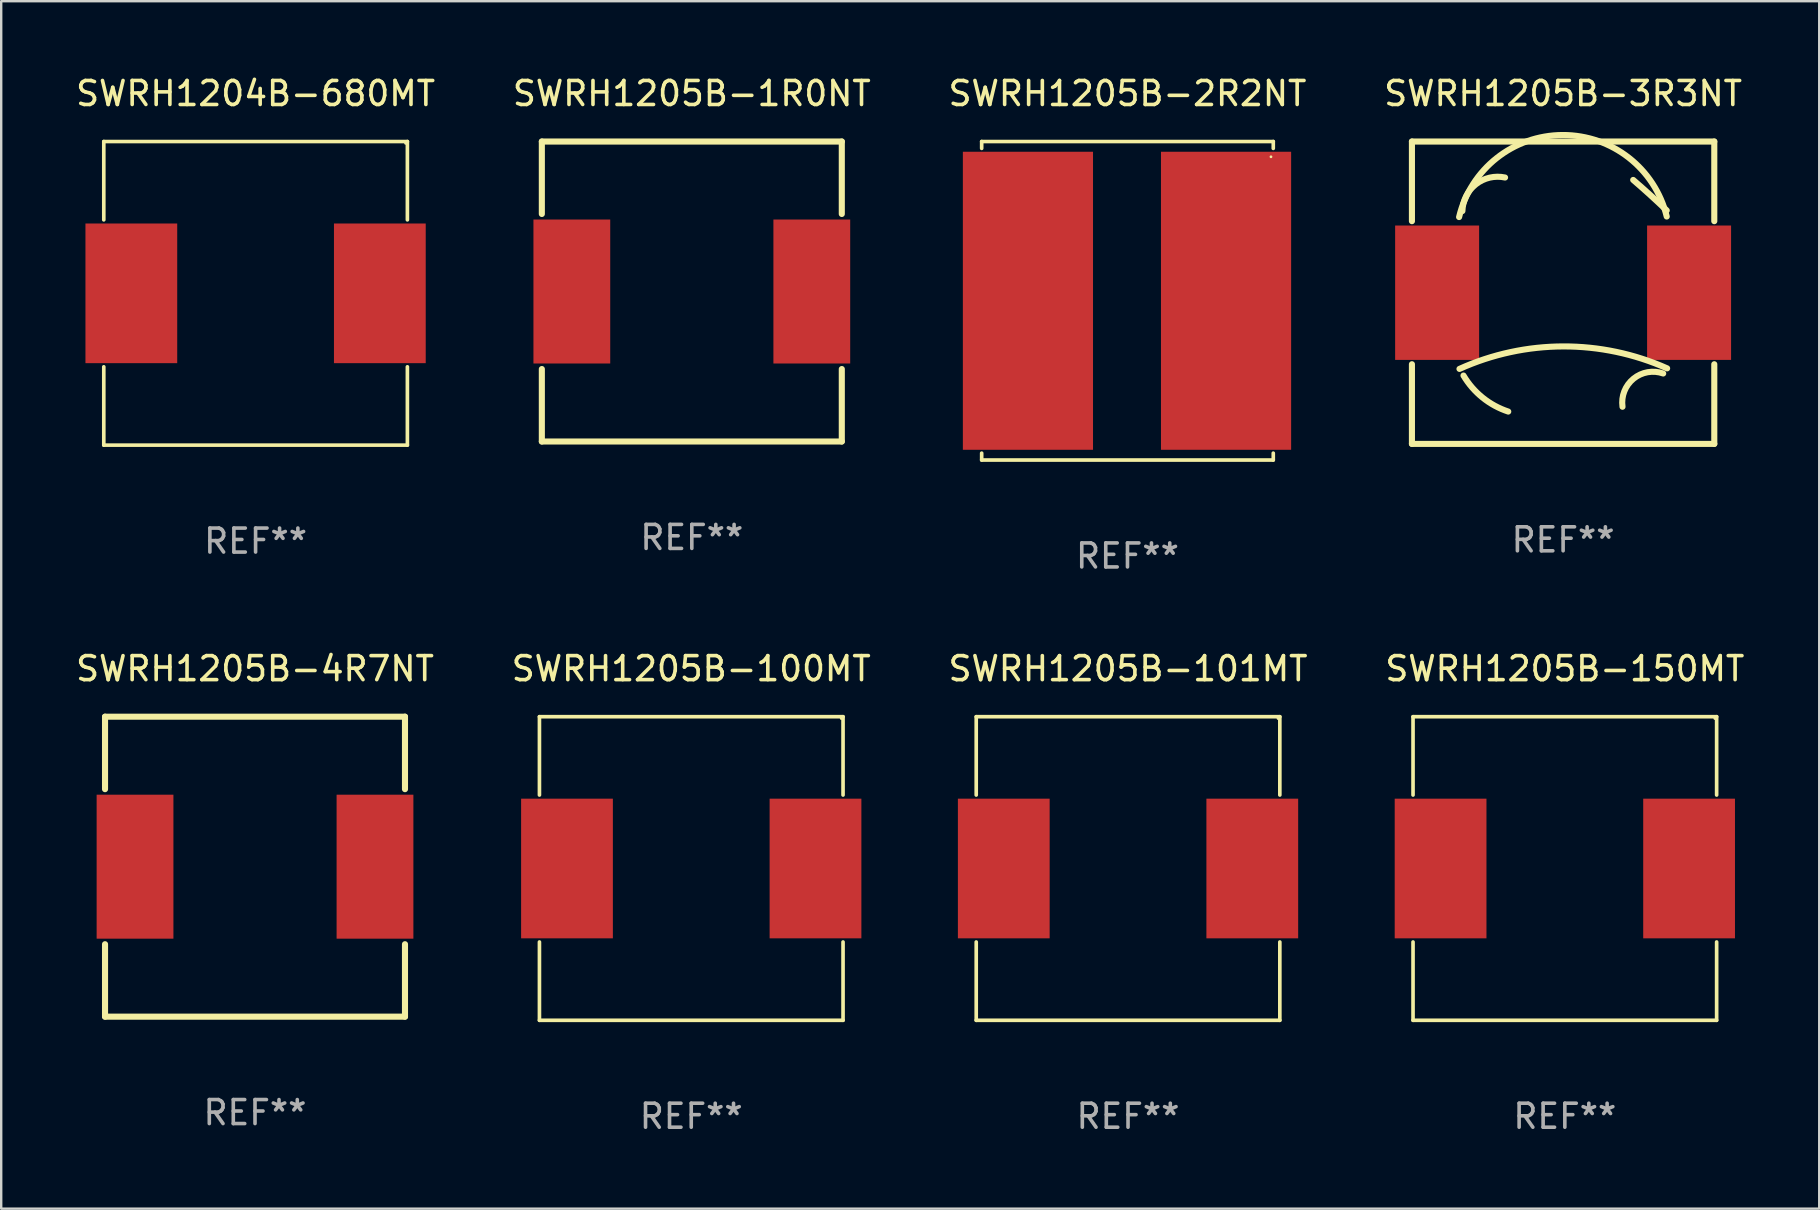
<source format=kicad_pcb>
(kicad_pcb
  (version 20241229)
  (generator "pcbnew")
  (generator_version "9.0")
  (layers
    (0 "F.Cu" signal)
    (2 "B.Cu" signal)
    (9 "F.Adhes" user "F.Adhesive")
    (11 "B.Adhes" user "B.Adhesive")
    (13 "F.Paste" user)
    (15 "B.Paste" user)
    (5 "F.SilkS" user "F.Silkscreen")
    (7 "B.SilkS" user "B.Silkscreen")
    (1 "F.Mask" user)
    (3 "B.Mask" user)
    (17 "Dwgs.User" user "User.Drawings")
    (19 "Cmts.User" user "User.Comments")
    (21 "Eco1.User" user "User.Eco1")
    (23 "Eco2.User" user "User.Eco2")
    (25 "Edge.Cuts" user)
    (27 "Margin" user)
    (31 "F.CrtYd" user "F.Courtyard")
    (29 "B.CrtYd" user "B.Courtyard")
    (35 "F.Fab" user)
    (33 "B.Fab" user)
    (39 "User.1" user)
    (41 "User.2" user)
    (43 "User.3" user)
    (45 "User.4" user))
  (footprint "SWRH1205B-150MT"
    (layer "F.Cu")
    (at 62.161 33.143)
    (property "Reference" "SWRH1205B-150MT" (at 0 -8.326 0) (layer "F.SilkS") (effects (font (size 1 1) (thickness 0.15))))
    (attr through_hole)
    (fp_line (start -6.326 -6.326) (end 6.326 -6.326) (stroke (width 0.152) (type solid)) (layer "F.SilkS"))
    (fp_line (start -6.326 -3.062) (end -6.326 -6.326) (stroke (width 0.152) (type solid)) (layer "F.SilkS"))
    (fp_line (start -6.326 3.062) (end -6.326 6.326) (stroke (width 0.152) (type solid)) (layer "F.SilkS"))
    (fp_line (start -6.326 6.326) (end 6.326 6.326) (stroke (width 0.152) (type solid)) (layer "F.SilkS"))
    (fp_line (start 6.326 -6.326) (end 6.326 -3.062) (stroke (width 0.152) (type solid)) (layer "F.SilkS"))
    (fp_line (start 6.326 6.326) (end 6.326 3.062) (stroke (width 0.152) (type solid)) (layer "F.SilkS"))
    (fp_circle (center 6.25 -6.25) (end 6.28 -6.25) (stroke (width 0.06) (type solid)) (fill no) (layer "F.SilkS"))
    (fp_text user "REF**" (at 0 10.326 0) (layer "F.Fab") (effects (font (size 1 1) (thickness 0.15))))
    (pad "1" smd rect (at 5.178 0) (size 3.824 5.82) (layers "F.Cu" "F.Mask" "F.Paste"))
    (pad "2" smd rect (at -5.178 0) (size 3.824 5.82) (layers "F.Cu" "F.Mask" "F.Paste")))
  (footprint "SWRH1205B-100MT"
    (layer "F.Cu")
    (at 25.756 33.143)
    (property "Reference" "SWRH1205B-100MT" (at 0 -8.326 0) (layer "F.SilkS") (effects (font (size 1 1) (thickness 0.15))))
    (attr through_hole)
    (fp_line (start -6.326 -6.326) (end 6.326 -6.326) (stroke (width 0.152) (type solid)) (layer "F.SilkS"))
    (fp_line (start -6.326 -3.062) (end -6.326 -6.326) (stroke (width 0.152) (type solid)) (layer "F.SilkS"))
    (fp_line (start -6.326 3.062) (end -6.326 6.326) (stroke (width 0.152) (type solid)) (layer "F.SilkS"))
    (fp_line (start -6.326 6.326) (end 6.326 6.326) (stroke (width 0.152) (type solid)) (layer "F.SilkS"))
    (fp_line (start 6.326 -6.326) (end 6.326 -3.062) (stroke (width 0.152) (type solid)) (layer "F.SilkS"))
    (fp_line (start 6.326 6.326) (end 6.326 3.062) (stroke (width 0.152) (type solid)) (layer "F.SilkS"))
    (fp_circle (center 6.25 -6.25) (end 6.28 -6.25) (stroke (width 0.06) (type solid)) (fill no) (layer "F.SilkS"))
    (fp_text user "REF**" (at 0 10.326 0) (layer "F.Fab") (effects (font (size 1 1) (thickness 0.15))))
    (pad "1" smd rect (at 5.178 0) (size 3.824 5.82) (layers "F.Cu" "F.Mask" "F.Paste"))
    (pad "2" smd rect (at -5.178 0) (size 3.824 5.82) (layers "F.Cu" "F.Mask" "F.Paste")))
  (footprint "SWRH1205B-1R0NT"
    (layer "F.Cu")
    (at 25.78 9.098)
    (property "Reference" "SWRH1205B-1R0NT" (at 0 -8.25 0) (layer "F.SilkS") (effects (font (size 1 1) (thickness 0.15))))
    (attr through_hole)
    (fp_line (start -6.25 -6.25) (end -6.25 -3.231) (stroke (width 0.254) (type solid)) (layer "F.SilkS"))
    (fp_line (start -6.25 -6.25) (end 6.25 -6.25) (stroke (width 0.254) (type solid)) (layer "F.SilkS"))
    (fp_line (start -6.25 3.231) (end -6.25 6.25) (stroke (width 0.254) (type solid)) (layer "F.SilkS"))
    (fp_line (start -6.25 6.25) (end 6.25 6.25) (stroke (width 0.254) (type solid)) (layer "F.SilkS"))
    (fp_line (start 6.25 -6.25) (end 6.25 -3.231) (stroke (width 0.254) (type solid)) (layer "F.SilkS"))
    (fp_line (start 6.25 3.231) (end 6.25 6.25) (stroke (width 0.254) (type solid)) (layer "F.SilkS"))
    (fp_circle (center -6.25 6.25) (end -6.22 6.25) (stroke (width 0.06) (type solid)) (fill no) (layer "F.SilkS"))
    (fp_text user "REF**" (at 0 10.25 0) (layer "F.Fab") (effects (font (size 1 1) (thickness 0.15))))
    (pad "1" smd rect (at -5 0) (size 3.2 6) (layers "F.Cu" "F.Mask" "F.Paste"))
    (pad "2" smd rect (at 5 0) (size 3.2 6) (layers "F.Cu" "F.Mask" "F.Paste")))
  (footprint "SWRH1205B-2R2NT"
    (layer "F.Cu")
    (at 43.935 9.484)
    (property "Reference" "SWRH1205B-2R2NT" (at 0 -8.636 0) (layer "F.SilkS") (effects (font (size 1 1) (thickness 0.15))))
    (attr through_hole)
    (fp_line (start -6.076 -6.636) (end -6.076 -6.35) (stroke (width 0.152) (type solid)) (layer "F.SilkS"))
    (fp_line (start -6.076 6.636) (end -6.076 6.35) (stroke (width 0.152) (type solid)) (layer "F.SilkS"))
    (fp_line (start 6.076 -6.636) (end -6.076 -6.636) (stroke (width 0.152) (type solid)) (layer "F.SilkS"))
    (fp_line (start 6.076 -6.35) (end 6.076 -6.636) (stroke (width 0.152) (type solid)) (layer "F.SilkS"))
    (fp_line (start 6.076 6.35) (end 6.076 6.636) (stroke (width 0.152) (type solid)) (layer "F.SilkS"))
    (fp_line (start 6.076 6.636) (end -6.076 6.636) (stroke (width 0.152) (type solid)) (layer "F.SilkS"))
    (fp_circle (center 5.98 -6) (end 6.01 -6) (stroke (width 0.06) (type solid)) (fill no) (layer "F.SilkS"))
    (fp_text user "REF**" (at 0 10.636 0) (layer "F.Fab") (effects (font (size 1 1) (thickness 0.15))))
    (pad "1" smd rect (at 4.108 0) (size 5.424 12.42) (layers "F.Cu" "F.Mask" "F.Paste"))
    (pad "2" smd rect (at -4.148 0) (size 5.424 12.42) (layers "F.Cu" "F.Mask" "F.Paste")))
  (footprint "SWRH1205B-3R3NT"
    (layer "F.Cu")
    (at 62.089 9.148)
    (property "Reference" "SWRH1205B-3R3NT" (at 0 -8.3 0) (layer "F.SilkS") (effects (font (size 1 1) (thickness 0.15))))
    (attr through_hole)
    (fp_line (start -6.3 -6.3) (end -6.3 -2.981) (stroke (width 0.254) (type solid)) (layer "F.SilkS"))
    (fp_line (start -6.3 -6.3) (end 6.3 -6.3) (stroke (width 0.254) (type solid)) (layer "F.SilkS"))
    (fp_line (start -6.3 2.981) (end -6.3 6.3) (stroke (width 0.254) (type solid)) (layer "F.SilkS"))
    (fp_line (start -6.3 6.3) (end 6.3 6.3) (stroke (width 0.254) (type solid)) (layer "F.SilkS"))
    (fp_line (start 6.3 -6.3) (end 6.3 -2.981) (stroke (width 0.254) (type solid)) (layer "F.SilkS"))
    (fp_line (start 6.3 2.981) (end 6.3 6.3) (stroke (width 0.254) (type solid)) (layer "F.SilkS"))
    (fp_arc (start -4.334543 -3.152401) (mid -0.017171 -6.571739) (end 4.318009 -3.175006) (stroke (width 0.254001) (type solid)) (layer "F.SilkS"))
    (fp_arc (start -4.318009 3.175006) (mid 0.00585 2.238249) (end 4.334544 3.1524) (stroke (width 0.254001) (type solid)) (layer "F.SilkS"))
    (fp_arc (start -4.197181 -3.40348) (mid -3.63563 -4.518738) (end -2.419177 -4.800482) (stroke (width 0.254001) (type solid)) (layer "F.SilkS"))
    (fp_arc (start -2.286005 4.95301) (mid -3.354594 4.371718) (end -4.150826 3.452045) (stroke (width 0.254001) (type solid)) (layer "F.SilkS"))
    (fp_arc (start 2.474854 4.752349) (mid 2.933758 3.583375) (end 4.170663 3.366218) (stroke (width 0.254001) (type solid)) (layer "F.SilkS"))
    (fp_arc (start 2.921006 -4.699009) (mid 3.628358 -4.073743) (end 4.318009 -3.429006) (stroke (width 0.254001) (type solid)) (layer "F.SilkS"))
    (fp_circle (center -6.25 6.25) (end -6.22 6.25) (stroke (width 0.06) (type solid)) (fill no) (layer "F.SilkS"))
    (fp_text user "REF**" (at 0 10.3 0) (layer "F.Fab") (effects (font (size 1 1) (thickness 0.15))))
    (pad "1" smd rect (at -5.25 0) (size 3.5 5.6) (layers "F.Cu" "F.Mask" "F.Paste"))
    (pad "2" smd rect (at 5.25 0) (size 3.5 5.6) (layers "F.Cu" "F.Mask" "F.Paste")))
  (footprint "SWRH1205B-101MT"
    (layer "F.Cu")
    (at 43.958 33.143)
    (property "Reference" "SWRH1205B-101MT" (at 0 -8.326 0) (layer "F.SilkS") (effects (font (size 1 1) (thickness 0.15))))
    (attr through_hole)
    (fp_line (start -6.326 -6.326) (end 6.326 -6.326) (stroke (width 0.152) (type solid)) (layer "F.SilkS"))
    (fp_line (start -6.326 -3.062) (end -6.326 -6.326) (stroke (width 0.152) (type solid)) (layer "F.SilkS"))
    (fp_line (start -6.326 3.062) (end -6.326 6.326) (stroke (width 0.152) (type solid)) (layer "F.SilkS"))
    (fp_line (start -6.326 6.326) (end 6.326 6.326) (stroke (width 0.152) (type solid)) (layer "F.SilkS"))
    (fp_line (start 6.326 -6.326) (end 6.326 -3.062) (stroke (width 0.152) (type solid)) (layer "F.SilkS"))
    (fp_line (start 6.326 6.326) (end 6.326 3.062) (stroke (width 0.152) (type solid)) (layer "F.SilkS"))
    (fp_circle (center 6.25 -6.25) (end 6.28 -6.25) (stroke (width 0.06) (type solid)) (fill no) (layer "F.SilkS"))
    (fp_text user "REF**" (at 0 10.326 0) (layer "F.Fab") (effects (font (size 1 1) (thickness 0.15))))
    (pad "1" smd rect (at 5.178 0) (size 3.824 5.82) (layers "F.Cu" "F.Mask" "F.Paste"))
    (pad "2" smd rect (at -5.178 0) (size 3.824 5.82) (layers "F.Cu" "F.Mask" "F.Paste")))
  (footprint "SWRH1204B-680MT"
    (layer "F.Cu")
    (at 7.601 9.174)
    (property "Reference" "SWRH1204B-680MT" (at 0 -8.326 0) (layer "F.SilkS") (effects (font (size 1 1) (thickness 0.15))))
    (attr through_hole)
    (fp_line (start -6.326 -6.326) (end 6.326 -6.326) (stroke (width 0.152) (type solid)) (layer "F.SilkS"))
    (fp_line (start -6.326 -3.062) (end -6.326 -6.326) (stroke (width 0.152) (type solid)) (layer "F.SilkS"))
    (fp_line (start -6.326 3.062) (end -6.326 6.326) (stroke (width 0.152) (type solid)) (layer "F.SilkS"))
    (fp_line (start -6.326 6.326) (end 6.326 6.326) (stroke (width 0.152) (type solid)) (layer "F.SilkS"))
    (fp_line (start 6.326 -6.326) (end 6.326 -3.062) (stroke (width 0.152) (type solid)) (layer "F.SilkS"))
    (fp_line (start 6.326 6.326) (end 6.326 3.062) (stroke (width 0.152) (type solid)) (layer "F.SilkS"))
    (fp_circle (center 6.25 -6.25) (end 6.28 -6.25) (stroke (width 0.06) (type solid)) (fill no) (layer "F.SilkS"))
    (fp_text user "REF**" (at 0 10.326 0) (layer "F.Fab") (effects (font (size 1 1) (thickness 0.15))))
    (pad "1" smd rect (at 5.178 0) (size 3.824 5.82) (layers "F.Cu" "F.Mask" "F.Paste"))
    (pad "2" smd rect (at -5.178 0) (size 3.824 5.82) (layers "F.Cu" "F.Mask" "F.Paste")))
  (footprint "SWRH1205B-4R7NT"
    (layer "F.Cu")
    (at 7.577 33.067)
    (property "Reference" "SWRH1205B-4R7NT" (at 0 -8.25 0) (layer "F.SilkS") (effects (font (size 1 1) (thickness 0.15))))
    (attr through_hole)
    (fp_line (start -6.25 -6.25) (end -6.25 -3.231) (stroke (width 0.254) (type solid)) (layer "F.SilkS"))
    (fp_line (start -6.25 -6.25) (end 6.25 -6.25) (stroke (width 0.254) (type solid)) (layer "F.SilkS"))
    (fp_line (start -6.25 3.231) (end -6.25 6.25) (stroke (width 0.254) (type solid)) (layer "F.SilkS"))
    (fp_line (start -6.25 6.25) (end 6.25 6.25) (stroke (width 0.254) (type solid)) (layer "F.SilkS"))
    (fp_line (start 6.25 -6.25) (end 6.25 -3.231) (stroke (width 0.254) (type solid)) (layer "F.SilkS"))
    (fp_line (start 6.25 3.231) (end 6.25 6.25) (stroke (width 0.254) (type solid)) (layer "F.SilkS"))
    (fp_circle (center -6.25 6.25) (end -6.22 6.25) (stroke (width 0.06) (type solid)) (fill no) (layer "F.SilkS"))
    (fp_text user "REF**" (at 0 10.25 0) (layer "F.Fab") (effects (font (size 1 1) (thickness 0.15))))
    (pad "1" smd rect (at -5 0) (size 3.2 6) (layers "F.Cu" "F.Mask" "F.Paste"))
    (pad "2" smd rect (at 5 0) (size 3.2 6) (layers "F.Cu" "F.Mask" "F.Paste")))
  (gr_rect
    (start -3 -3)
    (end 72.762 47.318)
    (stroke (width 0.1) (type default))
    (fill no)
    (layer "Edge.Cuts")))
</source>
